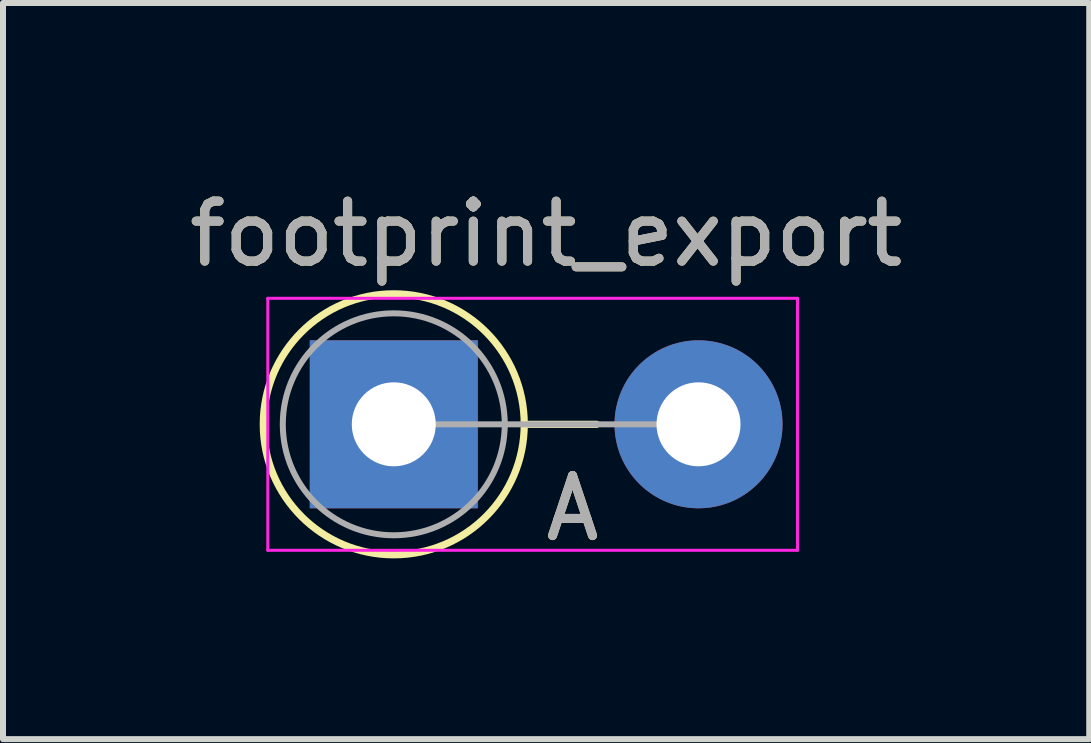
<source format=kicad_pcb>
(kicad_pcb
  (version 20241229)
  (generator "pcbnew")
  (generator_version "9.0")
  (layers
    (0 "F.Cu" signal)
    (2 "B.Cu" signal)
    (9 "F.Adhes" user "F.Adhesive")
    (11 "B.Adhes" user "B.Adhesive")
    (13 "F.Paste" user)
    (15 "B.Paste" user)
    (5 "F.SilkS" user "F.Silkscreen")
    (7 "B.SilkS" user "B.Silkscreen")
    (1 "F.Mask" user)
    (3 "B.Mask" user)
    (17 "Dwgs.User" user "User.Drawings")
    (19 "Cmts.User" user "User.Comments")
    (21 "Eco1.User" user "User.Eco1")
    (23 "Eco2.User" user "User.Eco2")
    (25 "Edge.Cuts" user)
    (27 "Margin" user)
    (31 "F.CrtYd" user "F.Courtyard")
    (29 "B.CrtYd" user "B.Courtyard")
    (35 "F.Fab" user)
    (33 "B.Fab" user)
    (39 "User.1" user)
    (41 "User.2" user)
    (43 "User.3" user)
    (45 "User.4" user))
  (footprint "footprint_export"
    (layer "F.Cu")
    (at 3.514 4.023)
    (property "Reference" "footprint_export" (at 2.54 -3.175 0) (layer "F.SilkS") (effects (font (size 1 1) (thickness 0.15))))
    (attr through_hole)
    (fp_line (start 2.175 0) (end 3.38 0) (stroke (width 0.12) (type solid)) (layer "F.SilkS"))
    (fp_circle (center 0 0) (end 2.175 0) (stroke (width 0.12) (type solid)) (fill no) (layer "F.SilkS"))
    (fp_line (start -2.1 -2.1) (end -2.1 2.1) (stroke (width 0.05) (type solid)) (layer "F.CrtYd"))
    (fp_line (start -2.1 2.1) (end 6.73 2.1) (stroke (width 0.05) (type solid)) (layer "F.CrtYd"))
    (fp_line (start 6.73 -2.1) (end -2.1 -2.1) (stroke (width 0.05) (type solid)) (layer "F.CrtYd"))
    (fp_line (start 6.73 2.1) (end 6.73 -2.1) (stroke (width 0.05) (type solid)) (layer "F.CrtYd"))
    (fp_line (start 0 0) (end 5.08 0) (stroke (width 0.1) (type solid)) (layer "F.Fab"))
    (fp_circle (center 0 0) (end 1.85 0) (stroke (width 0.1) (type solid)) (fill no) (layer "F.Fab"))
    (fp_text user "A" (at 2.98 1.4 0) (layer "F.SilkS") (effects (font (size 1 1) (thickness 0.15))))
    (fp_text user "A" (at 2.98 1.4 0) (layer "F.Fab") (effects (font (size 1 1) (thickness 0.15))))
    (fp_text user "${REFERENCE}" (at 2.54 -3.175 0) (layer "F.Fab") (effects (font (size 1 1) (thickness 0.15))))
    (pad "1" thru_hole rect (at 0 0) (size 2.8 2.8) (drill 1.4) (layers "*.Cu" "*.Mask"))
    (pad "2" thru_hole oval (at 5.08 0) (size 2.8 2.8) (drill 1.4) (layers "*.Cu" "*.Mask")))
  (gr_rect
    (start -3 -3)
    (end 15.107 9.271)
    (stroke (width 0.1) (type default))
    (fill no)
    (layer "Edge.Cuts")))
</source>
